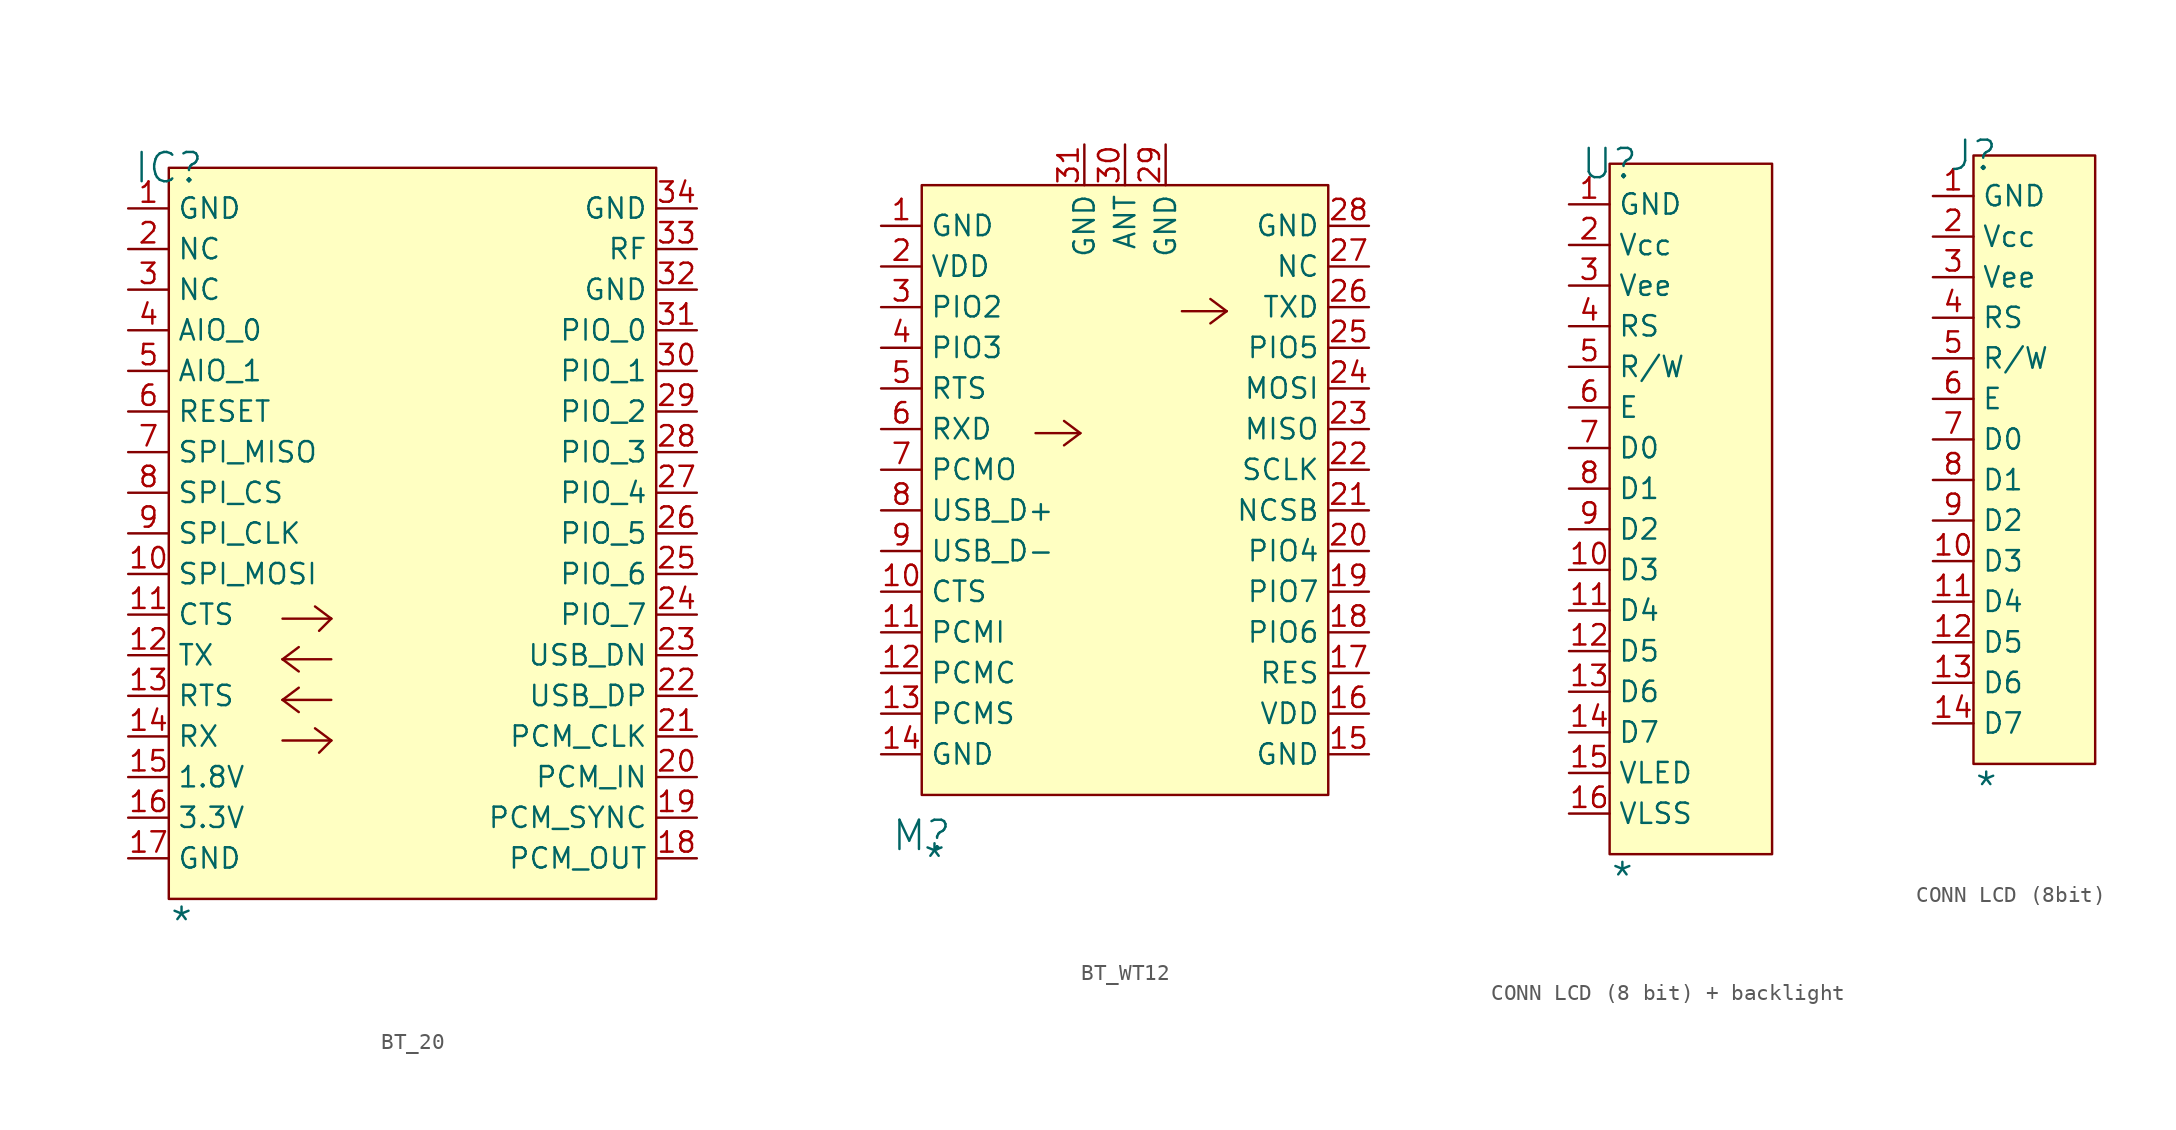
<source format=kicad_sym>
(kicad_symbol_lib
  (version 20241209)
  (generator "kicad_symbol_editor")
  (generator_version "9.0")
  (symbol "BT_20"
    (property "Reference" "IC"
      (at 0 0 0)
      (effects (font (size 1.829 1.829))))
    (property "Value" "*"
      (at 0 -48.26 0)
      (effects (font (size 1.829 1.829)) (justify left bottom)))
    (symbol "BT_20_1_0"
      (polyline (pts (xy 7.112 -28.194) (xy 10.16 -28.194)) (stroke (width 0) (type solid)) (fill (type none)))
      (polyline (pts (xy 7.112 -30.734) (xy 8.128 -29.972)) (stroke (width 0) (type solid)) (fill (type none)))
      (polyline (pts (xy 7.112 -30.734) (xy 8.128 -31.496)) (stroke (width 0) (type solid)) (fill (type none)))
      (polyline (pts (xy 7.112 -30.734) (xy 10.16 -30.734)) (stroke (width 0) (type solid)) (fill (type none)))
      (polyline (pts (xy 7.112 -33.274) (xy 8.128 -32.512)) (stroke (width 0) (type solid)) (fill (type none)))
      (polyline (pts (xy 7.112 -33.274) (xy 8.128 -34.036)) (stroke (width 0) (type solid)) (fill (type none)))
      (polyline (pts (xy 7.112 -33.274) (xy 10.16 -33.274)) (stroke (width 0) (type solid)) (fill (type none)))
      (polyline (pts (xy 7.112 -35.814) (xy 10.16 -35.814)) (stroke (width 0) (type solid)) (fill (type none)))
      (polyline (pts (xy 10.16 -28.194) (xy 9.144 -27.432)) (stroke (width 0) (type solid)) (fill (type none)))
      (polyline (pts (xy 10.16 -28.194) (xy 9.398 -28.956)) (stroke (width 0) (type solid)) (fill (type none)))
      (polyline (pts (xy 10.16 -35.814) (xy 9.144 -35.052)) (stroke (width 0) (type solid)) (fill (type none)))
      (polyline (pts (xy 10.16 -35.814) (xy 9.398 -36.576)) (stroke (width 0) (type solid)) (fill (type none)))
      (rectangle (start 30.48 0) (end 0 -45.72) (stroke (width 0) (type solid) (color 128 0 0 1)) (fill (type background)))
      (pin passive line (at -2.54 -2.54 0) (length 2.54) (name "GND" (effects (font (size 1.27 1.27)))) (number "1" (effects (font (size 1.27 1.27)))))
      (pin passive line (at -2.54 -5.08 0) (length 2.54) (name "NC" (effects (font (size 1.27 1.27)))) (number "2" (effects (font (size 1.27 1.27)))))
      (pin passive line (at -2.54 -7.62 0) (length 2.54) (name "NC" (effects (font (size 1.27 1.27)))) (number "3" (effects (font (size 1.27 1.27)))))
      (pin passive line (at -2.54 -10.16 0) (length 2.54) (name "AIO_0" (effects (font (size 1.27 1.27)))) (number "4" (effects (font (size 1.27 1.27)))))
      (pin passive line (at -2.54 -12.7 0) (length 2.54) (name "AIO_1" (effects (font (size 1.27 1.27)))) (number "5" (effects (font (size 1.27 1.27)))))
      (pin passive line (at -2.54 -15.24 0) (length 2.54) (name "RESET" (effects (font (size 1.27 1.27)))) (number "6" (effects (font (size 1.27 1.27)))))
      (pin passive line (at -2.54 -17.78 0) (length 2.54) (name "SPI_MISO" (effects (font (size 1.27 1.27)))) (number "7" (effects (font (size 1.27 1.27)))))
      (pin passive line (at -2.54 -20.32 0) (length 2.54) (name "SPI_CS" (effects (font (size 1.27 1.27)))) (number "8" (effects (font (size 1.27 1.27)))))
      (pin passive line (at -2.54 -22.86 0) (length 2.54) (name "SPI_CLK" (effects (font (size 1.27 1.27)))) (number "9" (effects (font (size 1.27 1.27)))))
      (pin passive line (at -2.54 -25.4 0) (length 2.54) (name "SPI_MOSI" (effects (font (size 1.27 1.27)))) (number "10" (effects (font (size 1.27 1.27)))))
      (pin passive line (at -2.54 -27.94 0) (length 2.54) (name "CTS" (effects (font (size 1.27 1.27)))) (number "11" (effects (font (size 1.27 1.27)))))
      (pin passive line (at -2.54 -30.48 0) (length 2.54) (name "TX" (effects (font (size 1.27 1.27)))) (number "12" (effects (font (size 1.27 1.27)))))
      (pin passive line (at -2.54 -33.02 0) (length 2.54) (name "RTS" (effects (font (size 1.27 1.27)))) (number "13" (effects (font (size 1.27 1.27)))))
      (pin passive line (at -2.54 -35.56 0) (length 2.54) (name "RX" (effects (font (size 1.27 1.27)))) (number "14" (effects (font (size 1.27 1.27)))))
      (pin passive line (at -2.54 -38.1 0) (length 2.54) (name "1.8V" (effects (font (size 1.27 1.27)))) (number "15" (effects (font (size 1.27 1.27)))))
      (pin passive line (at -2.54 -40.64 0) (length 2.54) (name "3.3V" (effects (font (size 1.27 1.27)))) (number "16" (effects (font (size 1.27 1.27)))))
      (pin passive line (at -2.54 -43.18 0) (length 2.54) (name "GND" (effects (font (size 1.27 1.27)))) (number "17" (effects (font (size 1.27 1.27)))))
      (pin passive line (at 33.02 -2.54 180) (length 2.54) (name "GND" (effects (font (size 1.27 1.27)))) (number "34" (effects (font (size 1.27 1.27)))))
      (pin passive line (at 33.02 -5.08 180) (length 2.54) (name "RF" (effects (font (size 1.27 1.27)))) (number "33" (effects (font (size 1.27 1.27)))))
      (pin passive line (at 33.02 -7.62 180) (length 2.54) (name "GND" (effects (font (size 1.27 1.27)))) (number "32" (effects (font (size 1.27 1.27)))))
      (pin passive line (at 33.02 -10.16 180) (length 2.54) (name "PIO_0" (effects (font (size 1.27 1.27)))) (number "31" (effects (font (size 1.27 1.27)))))
      (pin passive line (at 33.02 -12.7 180) (length 2.54) (name "PIO_1" (effects (font (size 1.27 1.27)))) (number "30" (effects (font (size 1.27 1.27)))))
      (pin passive line (at 33.02 -15.24 180) (length 2.54) (name "PIO_2" (effects (font (size 1.27 1.27)))) (number "29" (effects (font (size 1.27 1.27)))))
      (pin passive line (at 33.02 -17.78 180) (length 2.54) (name "PIO_3" (effects (font (size 1.27 1.27)))) (number "28" (effects (font (size 1.27 1.27)))))
      (pin passive line (at 33.02 -20.32 180) (length 2.54) (name "PIO_4" (effects (font (size 1.27 1.27)))) (number "27" (effects (font (size 1.27 1.27)))))
      (pin passive line (at 33.02 -22.86 180) (length 2.54) (name "PIO_5" (effects (font (size 1.27 1.27)))) (number "26" (effects (font (size 1.27 1.27)))))
      (pin passive line (at 33.02 -25.4 180) (length 2.54) (name "PIO_6" (effects (font (size 1.27 1.27)))) (number "25" (effects (font (size 1.27 1.27)))))
      (pin passive line (at 33.02 -27.94 180) (length 2.54) (name "PIO_7" (effects (font (size 1.27 1.27)))) (number "24" (effects (font (size 1.27 1.27)))))
      (pin passive line (at 33.02 -30.48 180) (length 2.54) (name "USB_DN" (effects (font (size 1.27 1.27)))) (number "23" (effects (font (size 1.27 1.27)))))
      (pin passive line (at 33.02 -33.02 180) (length 2.54) (name "USB_DP" (effects (font (size 1.27 1.27)))) (number "22" (effects (font (size 1.27 1.27)))))
      (pin passive line (at 33.02 -35.56 180) (length 2.54) (name "PCM_CLK" (effects (font (size 1.27 1.27)))) (number "21" (effects (font (size 1.27 1.27)))))
      (pin passive line (at 33.02 -38.1 180) (length 2.54) (name "PCM_IN" (effects (font (size 1.27 1.27)))) (number "20" (effects (font (size 1.27 1.27)))))
      (pin passive line (at 33.02 -40.64 180) (length 2.54) (name "PCM_SYNC" (effects (font (size 1.27 1.27)))) (number "19" (effects (font (size 1.27 1.27)))))
      (pin passive line (at 33.02 -43.18 180) (length 2.54) (name "PCM_OUT" (effects (font (size 1.27 1.27)))) (number "18" (effects (font (size 1.27 1.27)))))))
  (symbol "BT_WT12"
    (property "Reference" "M"
      (at 0 -40.64 0)
      (effects (font (size 1.829 1.829))))
    (property "Value" "*"
      (at 0 -43.18 0)
      (effects (font (size 1.829 1.829)) (justify left bottom)))
    (symbol "BT_WT12_1_0"
      (polyline (pts (xy 7.112 -15.494) (xy 9.906 -15.494)) (stroke (width 0) (type solid)) (fill (type none)))
      (polyline (pts (xy 8.89 -14.732) (xy 9.906 -15.494)) (stroke (width 0) (type solid)) (fill (type none)))
      (polyline (pts (xy 8.89 -16.256) (xy 9.906 -15.494)) (stroke (width 0) (type solid)) (fill (type none)))
      (polyline (pts (xy 16.256 -7.874) (xy 19.05 -7.874)) (stroke (width 0) (type solid)) (fill (type none)))
      (polyline (pts (xy 18.034 -7.112) (xy 19.05 -7.874)) (stroke (width 0) (type solid)) (fill (type none)))
      (polyline (pts (xy 18.034 -8.636) (xy 19.05 -7.874)) (stroke (width 0) (type solid)) (fill (type none)))
      (rectangle (start 25.4 0) (end 0 -38.1) (stroke (width 0) (type solid) (color 128 0 0 1)) (fill (type background)))
      (pin passive line (at -2.54 -2.54 0) (length 2.54) (name "GND" (effects (font (size 1.27 1.27)))) (number "1" (effects (font (size 1.27 1.27)))))
      (pin passive line (at -2.54 -5.08 0) (length 2.54) (name "VDD" (effects (font (size 1.27 1.27)))) (number "2" (effects (font (size 1.27 1.27)))))
      (pin passive line (at -2.54 -7.62 0) (length 2.54) (name "PIO2" (effects (font (size 1.27 1.27)))) (number "3" (effects (font (size 1.27 1.27)))))
      (pin passive line (at -2.54 -10.16 0) (length 2.54) (name "PIO3" (effects (font (size 1.27 1.27)))) (number "4" (effects (font (size 1.27 1.27)))))
      (pin passive line (at -2.54 -12.7 0) (length 2.54) (name "RTS" (effects (font (size 1.27 1.27)))) (number "5" (effects (font (size 1.27 1.27)))))
      (pin passive line (at -2.54 -15.24 0) (length 2.54) (name "RXD" (effects (font (size 1.27 1.27)))) (number "6" (effects (font (size 1.27 1.27)))))
      (pin passive line (at -2.54 -17.78 0) (length 2.54) (name "PCMO" (effects (font (size 1.27 1.27)))) (number "7" (effects (font (size 1.27 1.27)))))
      (pin passive line (at -2.54 -20.32 0) (length 2.54) (name "USB_D+" (effects (font (size 1.27 1.27)))) (number "8" (effects (font (size 1.27 1.27)))))
      (pin passive line (at -2.54 -22.86 0) (length 2.54) (name "USB_D-" (effects (font (size 1.27 1.27)))) (number "9" (effects (font (size 1.27 1.27)))))
      (pin passive line (at -2.54 -25.4 0) (length 2.54) (name "CTS" (effects (font (size 1.27 1.27)))) (number "10" (effects (font (size 1.27 1.27)))))
      (pin passive line (at -2.54 -27.94 0) (length 2.54) (name "PCMI" (effects (font (size 1.27 1.27)))) (number "11" (effects (font (size 1.27 1.27)))))
      (pin passive line (at -2.54 -30.48 0) (length 2.54) (name "PCMC" (effects (font (size 1.27 1.27)))) (number "12" (effects (font (size 1.27 1.27)))))
      (pin passive line (at -2.54 -33.02 0) (length 2.54) (name "PCMS" (effects (font (size 1.27 1.27)))) (number "13" (effects (font (size 1.27 1.27)))))
      (pin passive line (at -2.54 -35.56 0) (length 2.54) (name "GND" (effects (font (size 1.27 1.27)))) (number "14" (effects (font (size 1.27 1.27)))))
      (pin passive line (at 10.16 2.54 270) (length 2.54) (name "GND" (effects (font (size 1.27 1.27)))) (number "31" (effects (font (size 1.27 1.27)))))
      (pin passive line (at 12.7 2.54 270) (length 2.54) (name "ANT" (effects (font (size 1.27 1.27)))) (number "30" (effects (font (size 1.27 1.27)))))
      (pin passive line (at 15.24 2.54 270) (length 2.54) (name "GND" (effects (font (size 1.27 1.27)))) (number "29" (effects (font (size 1.27 1.27)))))
      (pin passive line (at 27.94 -2.54 180) (length 2.54) (name "GND" (effects (font (size 1.27 1.27)))) (number "28" (effects (font (size 1.27 1.27)))))
      (pin passive line (at 27.94 -5.08 180) (length 2.54) (name "NC" (effects (font (size 1.27 1.27)))) (number "27" (effects (font (size 1.27 1.27)))))
      (pin passive line (at 27.94 -7.62 180) (length 2.54) (name "TXD" (effects (font (size 1.27 1.27)))) (number "26" (effects (font (size 1.27 1.27)))))
      (pin passive line (at 27.94 -10.16 180) (length 2.54) (name "PIO5" (effects (font (size 1.27 1.27)))) (number "25" (effects (font (size 1.27 1.27)))))
      (pin passive line (at 27.94 -12.7 180) (length 2.54) (name "MOSI" (effects (font (size 1.27 1.27)))) (number "24" (effects (font (size 1.27 1.27)))))
      (pin passive line (at 27.94 -15.24 180) (length 2.54) (name "MISO" (effects (font (size 1.27 1.27)))) (number "23" (effects (font (size 1.27 1.27)))))
      (pin passive line (at 27.94 -17.78 180) (length 2.54) (name "SCLK" (effects (font (size 1.27 1.27)))) (number "22" (effects (font (size 1.27 1.27)))))
      (pin passive line (at 27.94 -20.32 180) (length 2.54) (name "NCSB" (effects (font (size 1.27 1.27)))) (number "21" (effects (font (size 1.27 1.27)))))
      (pin passive line (at 27.94 -22.86 180) (length 2.54) (name "PIO4" (effects (font (size 1.27 1.27)))) (number "20" (effects (font (size 1.27 1.27)))))
      (pin passive line (at 27.94 -25.4 180) (length 2.54) (name "PIO7" (effects (font (size 1.27 1.27)))) (number "19" (effects (font (size 1.27 1.27)))))
      (pin passive line (at 27.94 -27.94 180) (length 2.54) (name "PIO6" (effects (font (size 1.27 1.27)))) (number "18" (effects (font (size 1.27 1.27)))))
      (pin passive line (at 27.94 -30.48 180) (length 2.54) (name "RES" (effects (font (size 1.27 1.27)))) (number "17" (effects (font (size 1.27 1.27)))))
      (pin passive line (at 27.94 -33.02 180) (length 2.54) (name "VDD" (effects (font (size 1.27 1.27)))) (number "16" (effects (font (size 1.27 1.27)))))
      (pin passive line (at 27.94 -35.56 180) (length 2.54) (name "GND" (effects (font (size 1.27 1.27)))) (number "15" (effects (font (size 1.27 1.27)))))))
  (symbol "CONN LCD (8 bit) + backlight"
    (property "Reference" "U"
      (at 0 0 0)
      (effects (font (size 1.829 1.829))))
    (property "Value" "*"
      (at 0 -45.72 0)
      (effects (font (size 1.829 1.829)) (justify left bottom)))
    (symbol "CONN LCD (8 bit) + backlight_1_0"
      (rectangle (start 10.16 0) (end 0 -43.18) (stroke (width 0) (type solid) (color 128 0 0 1)) (fill (type background)))
      (pin passive line (at -2.54 -2.54 0) (length 2.54) (name "GND" (effects (font (size 1.27 1.27)))) (number "1" (effects (font (size 1.27 1.27)))))
      (pin passive line (at -2.54 -5.08 0) (length 2.54) (name "Vcc" (effects (font (size 1.27 1.27)))) (number "2" (effects (font (size 1.27 1.27)))))
      (pin passive line (at -2.54 -7.62 0) (length 2.54) (name "Vee" (effects (font (size 1.27 1.27)))) (number "3" (effects (font (size 1.27 1.27)))))
      (pin passive line (at -2.54 -10.16 0) (length 2.54) (name "RS" (effects (font (size 1.27 1.27)))) (number "4" (effects (font (size 1.27 1.27)))))
      (pin passive line (at -2.54 -12.7 0) (length 2.54) (name "R/W" (effects (font (size 1.27 1.27)))) (number "5" (effects (font (size 1.27 1.27)))))
      (pin passive line (at -2.54 -15.24 0) (length 2.54) (name "E" (effects (font (size 1.27 1.27)))) (number "6" (effects (font (size 1.27 1.27)))))
      (pin passive line (at -2.54 -17.78 0) (length 2.54) (name "D0" (effects (font (size 1.27 1.27)))) (number "7" (effects (font (size 1.27 1.27)))))
      (pin passive line (at -2.54 -20.32 0) (length 2.54) (name "D1" (effects (font (size 1.27 1.27)))) (number "8" (effects (font (size 1.27 1.27)))))
      (pin passive line (at -2.54 -22.86 0) (length 2.54) (name "D2" (effects (font (size 1.27 1.27)))) (number "9" (effects (font (size 1.27 1.27)))))
      (pin passive line (at -2.54 -25.4 0) (length 2.54) (name "D3" (effects (font (size 1.27 1.27)))) (number "10" (effects (font (size 1.27 1.27)))))
      (pin passive line (at -2.54 -27.94 0) (length 2.54) (name "D4" (effects (font (size 1.27 1.27)))) (number "11" (effects (font (size 1.27 1.27)))))
      (pin passive line (at -2.54 -30.48 0) (length 2.54) (name "D5" (effects (font (size 1.27 1.27)))) (number "12" (effects (font (size 1.27 1.27)))))
      (pin passive line (at -2.54 -33.02 0) (length 2.54) (name "D6" (effects (font (size 1.27 1.27)))) (number "13" (effects (font (size 1.27 1.27)))))
      (pin passive line (at -2.54 -35.56 0) (length 2.54) (name "D7" (effects (font (size 1.27 1.27)))) (number "14" (effects (font (size 1.27 1.27)))))
      (pin passive line (at -2.54 -38.1 0) (length 2.54) (name "VLED" (effects (font (size 1.27 1.27)))) (number "15" (effects (font (size 1.27 1.27)))))
      (pin passive line (at -2.54 -40.64 0) (length 2.54) (name "VLSS" (effects (font (size 1.27 1.27)))) (number "16" (effects (font (size 1.27 1.27)))))))
  (symbol "CONN LCD (8bit)"
    (property "Reference" "J"
      (at 0 0 0)
      (effects (font (size 1.829 1.829))))
    (property "Value" "*"
      (at 0 -40.64 0)
      (effects (font (size 1.829 1.829)) (justify left bottom)))
    (symbol "CONN LCD (8bit)_1_0"
      (rectangle (start 7.62 0) (end 0 -38.1) (stroke (width 0) (type solid) (color 128 0 0 1)) (fill (type background)))
      (pin passive line (at -2.54 -2.54 0) (length 2.54) (name "GND" (effects (font (size 1.27 1.27)))) (number "1" (effects (font (size 1.27 1.27)))))
      (pin passive line (at -2.54 -5.08 0) (length 2.54) (name "Vcc" (effects (font (size 1.27 1.27)))) (number "2" (effects (font (size 1.27 1.27)))))
      (pin passive line (at -2.54 -7.62 0) (length 2.54) (name "Vee" (effects (font (size 1.27 1.27)))) (number "3" (effects (font (size 1.27 1.27)))))
      (pin passive line (at -2.54 -10.16 0) (length 2.54) (name "RS" (effects (font (size 1.27 1.27)))) (number "4" (effects (font (size 1.27 1.27)))))
      (pin passive line (at -2.54 -12.7 0) (length 2.54) (name "R/W" (effects (font (size 1.27 1.27)))) (number "5" (effects (font (size 1.27 1.27)))))
      (pin passive line (at -2.54 -15.24 0) (length 2.54) (name "E" (effects (font (size 1.27 1.27)))) (number "6" (effects (font (size 1.27 1.27)))))
      (pin passive line (at -2.54 -17.78 0) (length 2.54) (name "D0" (effects (font (size 1.27 1.27)))) (number "7" (effects (font (size 1.27 1.27)))))
      (pin passive line (at -2.54 -20.32 0) (length 2.54) (name "D1" (effects (font (size 1.27 1.27)))) (number "8" (effects (font (size 1.27 1.27)))))
      (pin passive line (at -2.54 -22.86 0) (length 2.54) (name "D2" (effects (font (size 1.27 1.27)))) (number "9" (effects (font (size 1.27 1.27)))))
      (pin passive line (at -2.54 -25.4 0) (length 2.54) (name "D3" (effects (font (size 1.27 1.27)))) (number "10" (effects (font (size 1.27 1.27)))))
      (pin passive line (at -2.54 -27.94 0) (length 2.54) (name "D4" (effects (font (size 1.27 1.27)))) (number "11" (effects (font (size 1.27 1.27)))))
      (pin passive line (at -2.54 -30.48 0) (length 2.54) (name "D5" (effects (font (size 1.27 1.27)))) (number "12" (effects (font (size 1.27 1.27)))))
      (pin passive line (at -2.54 -33.02 0) (length 2.54) (name "D6" (effects (font (size 1.27 1.27)))) (number "13" (effects (font (size 1.27 1.27)))))
      (pin passive line (at -2.54 -35.56 0) (length 2.54) (name "D7" (effects (font (size 1.27 1.27)))) (number "14" (effects (font (size 1.27 1.27))))))))
</source>
